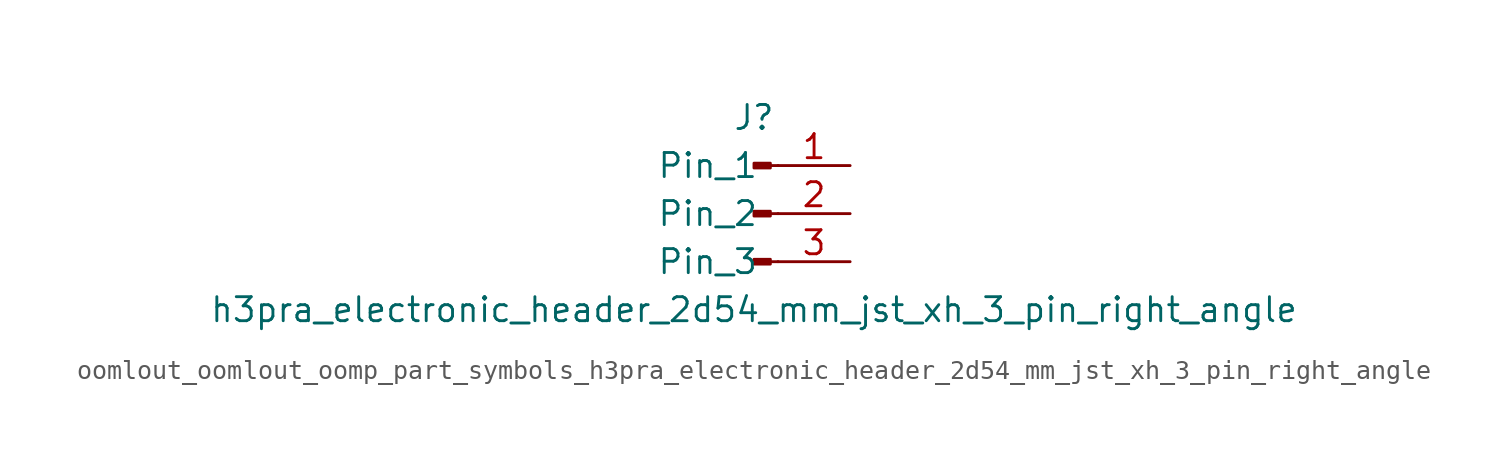
<source format=kicad_sym>
(kicad_symbol_lib
  (version 20220914)
  (generator kicad_symbol_editor)
  (symbol "oomlout_oomlout_oomp_part_symbols_h3pra_electronic_header_2d54_mm_jst_xh_3_pin_right_angle"
    (pin_names
      (offset 1.016))
    (property "Reference" "J"
      (at 0 5.08 0)
      (effects (font (size 1.27 1.27))))
    (property "Value" "h3pra_electronic_header_2d54_mm_jst_xh_3_pin_right_angle"
      (at 0 -5.08 0)
      (effects (font (size 1.27 1.27))))
    (property "ki_locked" ""
      (at 0 0 0)
      (effects (font (size 1.27 1.27))))
    (symbol "oomlout_oomlout_oomp_part_symbols_h3pra_electronic_header_2d54_mm_jst_xh_3_pin_right_angle_1_1"
      (polyline (pts (xy 1.27 -2.54) (xy 0.864 -2.54)) (stroke (width 0.152) (type default)) (fill (type none)))
      (polyline (pts (xy 1.27 0) (xy 0.864 0)) (stroke (width 0.152) (type default)) (fill (type none)))
      (polyline (pts (xy 1.27 2.54) (xy 0.864 2.54)) (stroke (width 0.152) (type default)) (fill (type none)))
      (rectangle (start 0.864 -2.413) (end 0 -2.667) (stroke (width 0.152) (type default)) (fill (type outline)))
      (rectangle (start 0.864 0.127) (end 0 -0.127) (stroke (width 0.152) (type default)) (fill (type outline)))
      (rectangle (start 0.864 2.667) (end 0 2.413) (stroke (width 0.152) (type default)) (fill (type outline)))
      (pin passive line (at 5.08 2.54 180) (length 3.81) (name "Pin_1" (effects (font (size 1.27 1.27)))) (number "1" (effects (font (size 1.27 1.27)))))
      (pin passive line (at 5.08 0 180) (length 3.81) (name "Pin_2" (effects (font (size 1.27 1.27)))) (number "2" (effects (font (size 1.27 1.27)))))
      (pin passive line (at 5.08 -2.54 180) (length 3.81) (name "Pin_3" (effects (font (size 1.27 1.27)))) (number "3" (effects (font (size 1.27 1.27))))))))
</source>
